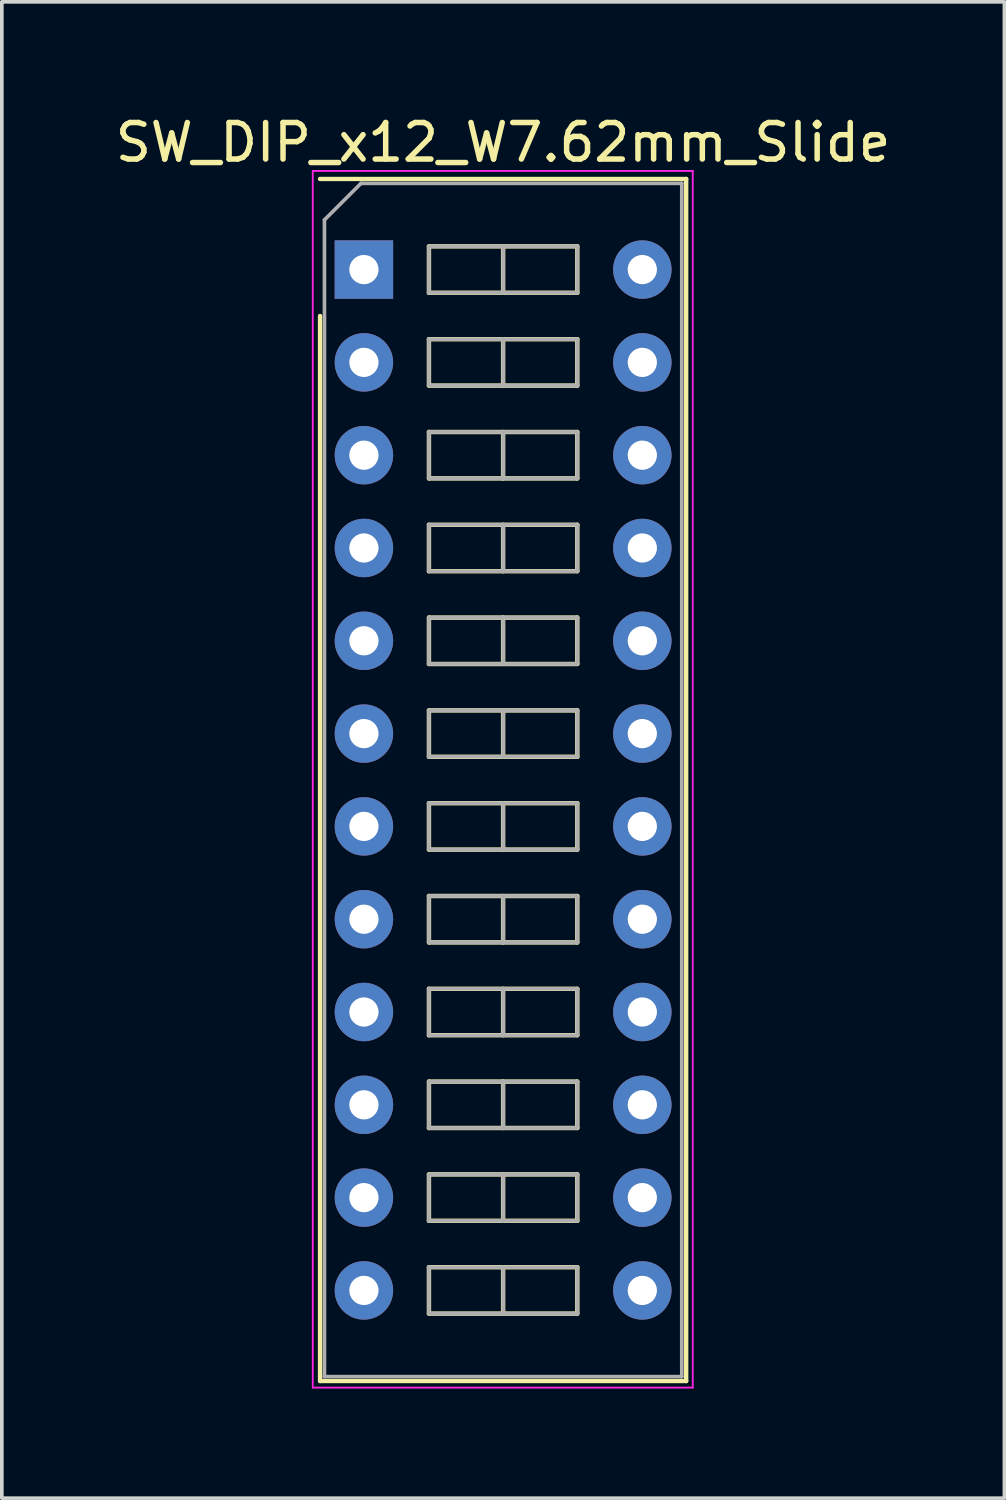
<source format=kicad_pcb>
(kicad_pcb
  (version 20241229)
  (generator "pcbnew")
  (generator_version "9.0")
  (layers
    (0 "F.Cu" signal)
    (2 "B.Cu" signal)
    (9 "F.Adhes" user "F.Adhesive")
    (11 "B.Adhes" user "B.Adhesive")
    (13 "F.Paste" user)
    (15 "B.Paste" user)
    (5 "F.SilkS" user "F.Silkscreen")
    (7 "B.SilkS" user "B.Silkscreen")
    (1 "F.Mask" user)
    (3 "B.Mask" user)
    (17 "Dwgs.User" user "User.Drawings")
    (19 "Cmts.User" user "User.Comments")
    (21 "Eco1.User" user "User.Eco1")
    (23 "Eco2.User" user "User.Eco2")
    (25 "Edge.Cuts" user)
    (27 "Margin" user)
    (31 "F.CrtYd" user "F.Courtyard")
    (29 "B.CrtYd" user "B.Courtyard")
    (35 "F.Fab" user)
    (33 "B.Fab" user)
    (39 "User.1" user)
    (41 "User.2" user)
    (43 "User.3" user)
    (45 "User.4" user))
  (footprint "SW_DIP_x12_W7.62mm_Slide"
    (layer "F.Cu")
    (at 6.91 4.328)
    (property "Reference" "SW_DIP_x12_W7.62mm_Slide" (at 3.81 -3.48 0) (layer "F.SilkS") (effects (font (size 1 1) (thickness 0.15))))
    (attr through_hole)
    (fp_line (start -1.2 -2.48) (end 8.82 -2.48) (stroke (width 0.12) (type solid)) (layer "F.SilkS"))
    (fp_line (start -1.2 30.42) (end -1.2 1.27) (stroke (width 0.12) (type solid)) (layer "F.SilkS"))
    (fp_line (start 1.78 -0.635) (end 1.78 0.635) (stroke (width 0.12) (type solid)) (layer "F.SilkS"))
    (fp_line (start 1.78 0.635) (end 5.84 0.635) (stroke (width 0.12) (type solid)) (layer "F.SilkS"))
    (fp_line (start 1.78 1.905) (end 1.78 3.175) (stroke (width 0.12) (type solid)) (layer "F.SilkS"))
    (fp_line (start 1.78 3.175) (end 5.84 3.175) (stroke (width 0.12) (type solid)) (layer "F.SilkS"))
    (fp_line (start 1.78 4.445) (end 1.78 5.715) (stroke (width 0.12) (type solid)) (layer "F.SilkS"))
    (fp_line (start 1.78 5.715) (end 5.84 5.715) (stroke (width 0.12) (type solid)) (layer "F.SilkS"))
    (fp_line (start 1.78 6.985) (end 1.78 8.255) (stroke (width 0.12) (type solid)) (layer "F.SilkS"))
    (fp_line (start 1.78 8.255) (end 5.84 8.255) (stroke (width 0.12) (type solid)) (layer "F.SilkS"))
    (fp_line (start 1.78 9.525) (end 1.78 10.795) (stroke (width 0.12) (type solid)) (layer "F.SilkS"))
    (fp_line (start 1.78 10.795) (end 5.84 10.795) (stroke (width 0.12) (type solid)) (layer "F.SilkS"))
    (fp_line (start 1.78 12.065) (end 1.78 13.335) (stroke (width 0.12) (type solid)) (layer "F.SilkS"))
    (fp_line (start 1.78 13.335) (end 5.84 13.335) (stroke (width 0.12) (type solid)) (layer "F.SilkS"))
    (fp_line (start 1.78 14.605) (end 1.78 15.875) (stroke (width 0.12) (type solid)) (layer "F.SilkS"))
    (fp_line (start 1.78 15.875) (end 5.84 15.875) (stroke (width 0.12) (type solid)) (layer "F.SilkS"))
    (fp_line (start 1.78 17.145) (end 1.78 18.415) (stroke (width 0.12) (type solid)) (layer "F.SilkS"))
    (fp_line (start 1.78 18.415) (end 5.84 18.415) (stroke (width 0.12) (type solid)) (layer "F.SilkS"))
    (fp_line (start 1.78 19.685) (end 1.78 20.955) (stroke (width 0.12) (type solid)) (layer "F.SilkS"))
    (fp_line (start 1.78 20.955) (end 5.84 20.955) (stroke (width 0.12) (type solid)) (layer "F.SilkS"))
    (fp_line (start 1.78 22.225) (end 1.78 23.495) (stroke (width 0.12) (type solid)) (layer "F.SilkS"))
    (fp_line (start 1.78 23.495) (end 5.84 23.495) (stroke (width 0.12) (type solid)) (layer "F.SilkS"))
    (fp_line (start 1.78 24.765) (end 1.78 26.035) (stroke (width 0.12) (type solid)) (layer "F.SilkS"))
    (fp_line (start 1.78 26.035) (end 5.84 26.035) (stroke (width 0.12) (type solid)) (layer "F.SilkS"))
    (fp_line (start 1.78 27.305) (end 1.78 28.575) (stroke (width 0.12) (type solid)) (layer "F.SilkS"))
    (fp_line (start 1.78 28.575) (end 5.84 28.575) (stroke (width 0.12) (type solid)) (layer "F.SilkS"))
    (fp_line (start 3.81 -0.635) (end 3.81 0.635) (stroke (width 0.12) (type solid)) (layer "F.SilkS"))
    (fp_line (start 3.81 1.905) (end 3.81 3.175) (stroke (width 0.12) (type solid)) (layer "F.SilkS"))
    (fp_line (start 3.81 4.445) (end 3.81 5.715) (stroke (width 0.12) (type solid)) (layer "F.SilkS"))
    (fp_line (start 3.81 6.985) (end 3.81 8.255) (stroke (width 0.12) (type solid)) (layer "F.SilkS"))
    (fp_line (start 3.81 9.525) (end 3.81 10.795) (stroke (width 0.12) (type solid)) (layer "F.SilkS"))
    (fp_line (start 3.81 12.065) (end 3.81 13.335) (stroke (width 0.12) (type solid)) (layer "F.SilkS"))
    (fp_line (start 3.81 14.605) (end 3.81 15.875) (stroke (width 0.12) (type solid)) (layer "F.SilkS"))
    (fp_line (start 3.81 17.145) (end 3.81 18.415) (stroke (width 0.12) (type solid)) (layer "F.SilkS"))
    (fp_line (start 3.81 19.685) (end 3.81 20.955) (stroke (width 0.12) (type solid)) (layer "F.SilkS"))
    (fp_line (start 3.81 22.225) (end 3.81 23.495) (stroke (width 0.12) (type solid)) (layer "F.SilkS"))
    (fp_line (start 3.81 24.765) (end 3.81 26.035) (stroke (width 0.12) (type solid)) (layer "F.SilkS"))
    (fp_line (start 3.81 27.305) (end 3.81 28.575) (stroke (width 0.12) (type solid)) (layer "F.SilkS"))
    (fp_line (start 5.84 -0.635) (end 1.78 -0.635) (stroke (width 0.12) (type solid)) (layer "F.SilkS"))
    (fp_line (start 5.84 0.635) (end 5.84 -0.635) (stroke (width 0.12) (type solid)) (layer "F.SilkS"))
    (fp_line (start 5.84 1.905) (end 1.78 1.905) (stroke (width 0.12) (type solid)) (layer "F.SilkS"))
    (fp_line (start 5.84 3.175) (end 5.84 1.905) (stroke (width 0.12) (type solid)) (layer "F.SilkS"))
    (fp_line (start 5.84 4.445) (end 1.78 4.445) (stroke (width 0.12) (type solid)) (layer "F.SilkS"))
    (fp_line (start 5.84 5.715) (end 5.84 4.445) (stroke (width 0.12) (type solid)) (layer "F.SilkS"))
    (fp_line (start 5.84 6.985) (end 1.78 6.985) (stroke (width 0.12) (type solid)) (layer "F.SilkS"))
    (fp_line (start 5.84 8.255) (end 5.84 6.985) (stroke (width 0.12) (type solid)) (layer "F.SilkS"))
    (fp_line (start 5.84 9.525) (end 1.78 9.525) (stroke (width 0.12) (type solid)) (layer "F.SilkS"))
    (fp_line (start 5.84 10.795) (end 5.84 9.525) (stroke (width 0.12) (type solid)) (layer "F.SilkS"))
    (fp_line (start 5.84 12.065) (end 1.78 12.065) (stroke (width 0.12) (type solid)) (layer "F.SilkS"))
    (fp_line (start 5.84 13.335) (end 5.84 12.065) (stroke (width 0.12) (type solid)) (layer "F.SilkS"))
    (fp_line (start 5.84 14.605) (end 1.78 14.605) (stroke (width 0.12) (type solid)) (layer "F.SilkS"))
    (fp_line (start 5.84 15.875) (end 5.84 14.605) (stroke (width 0.12) (type solid)) (layer "F.SilkS"))
    (fp_line (start 5.84 17.145) (end 1.78 17.145) (stroke (width 0.12) (type solid)) (layer "F.SilkS"))
    (fp_line (start 5.84 18.415) (end 5.84 17.145) (stroke (width 0.12) (type solid)) (layer "F.SilkS"))
    (fp_line (start 5.84 19.685) (end 1.78 19.685) (stroke (width 0.12) (type solid)) (layer "F.SilkS"))
    (fp_line (start 5.84 20.955) (end 5.84 19.685) (stroke (width 0.12) (type solid)) (layer "F.SilkS"))
    (fp_line (start 5.84 22.225) (end 1.78 22.225) (stroke (width 0.12) (type solid)) (layer "F.SilkS"))
    (fp_line (start 5.84 23.495) (end 5.84 22.225) (stroke (width 0.12) (type solid)) (layer "F.SilkS"))
    (fp_line (start 5.84 24.765) (end 1.78 24.765) (stroke (width 0.12) (type solid)) (layer "F.SilkS"))
    (fp_line (start 5.84 26.035) (end 5.84 24.765) (stroke (width 0.12) (type solid)) (layer "F.SilkS"))
    (fp_line (start 5.84 27.305) (end 1.78 27.305) (stroke (width 0.12) (type solid)) (layer "F.SilkS"))
    (fp_line (start 5.84 28.575) (end 5.84 27.305) (stroke (width 0.12) (type solid)) (layer "F.SilkS"))
    (fp_line (start 8.82 -2.48) (end 8.82 30.42) (stroke (width 0.12) (type solid)) (layer "F.SilkS"))
    (fp_line (start 8.82 30.42) (end -1.2 30.42) (stroke (width 0.12) (type solid)) (layer "F.SilkS"))
    (fp_line (start -1.4 -2.7) (end -1.4 30.6) (stroke (width 0.05) (type solid)) (layer "F.CrtYd"))
    (fp_line (start -1.4 30.6) (end 9 30.6) (stroke (width 0.05) (type solid)) (layer "F.CrtYd"))
    (fp_line (start 9 -2.7) (end -1.4 -2.7) (stroke (width 0.05) (type solid)) (layer "F.CrtYd"))
    (fp_line (start 9 30.6) (end 9 -2.7) (stroke (width 0.05) (type solid)) (layer "F.CrtYd"))
    (fp_line (start -1.08 -1.36) (end -0.08 -2.36) (stroke (width 0.1) (type solid)) (layer "F.Fab"))
    (fp_line (start -1.08 30.3) (end -1.08 -1.36) (stroke (width 0.1) (type solid)) (layer "F.Fab"))
    (fp_line (start -0.08 -2.36) (end 8.7 -2.36) (stroke (width 0.1) (type solid)) (layer "F.Fab"))
    (fp_line (start 1.78 -0.635) (end 1.78 0.635) (stroke (width 0.1) (type solid)) (layer "F.Fab"))
    (fp_line (start 1.78 0.635) (end 5.84 0.635) (stroke (width 0.1) (type solid)) (layer "F.Fab"))
    (fp_line (start 1.78 1.905) (end 1.78 3.175) (stroke (width 0.1) (type solid)) (layer "F.Fab"))
    (fp_line (start 1.78 3.175) (end 5.84 3.175) (stroke (width 0.1) (type solid)) (layer "F.Fab"))
    (fp_line (start 1.78 4.445) (end 1.78 5.715) (stroke (width 0.1) (type solid)) (layer "F.Fab"))
    (fp_line (start 1.78 5.715) (end 5.84 5.715) (stroke (width 0.1) (type solid)) (layer "F.Fab"))
    (fp_line (start 1.78 6.985) (end 1.78 8.255) (stroke (width 0.1) (type solid)) (layer "F.Fab"))
    (fp_line (start 1.78 8.255) (end 5.84 8.255) (stroke (width 0.1) (type solid)) (layer "F.Fab"))
    (fp_line (start 1.78 9.525) (end 1.78 10.795) (stroke (width 0.1) (type solid)) (layer "F.Fab"))
    (fp_line (start 1.78 10.795) (end 5.84 10.795) (stroke (width 0.1) (type solid)) (layer "F.Fab"))
    (fp_line (start 1.78 12.065) (end 1.78 13.335) (stroke (width 0.1) (type solid)) (layer "F.Fab"))
    (fp_line (start 1.78 13.335) (end 5.84 13.335) (stroke (width 0.1) (type solid)) (layer "F.Fab"))
    (fp_line (start 1.78 14.605) (end 1.78 15.875) (stroke (width 0.1) (type solid)) (layer "F.Fab"))
    (fp_line (start 1.78 15.875) (end 5.84 15.875) (stroke (width 0.1) (type solid)) (layer "F.Fab"))
    (fp_line (start 1.78 17.145) (end 1.78 18.415) (stroke (width 0.1) (type solid)) (layer "F.Fab"))
    (fp_line (start 1.78 18.415) (end 5.84 18.415) (stroke (width 0.1) (type solid)) (layer "F.Fab"))
    (fp_line (start 1.78 19.685) (end 1.78 20.955) (stroke (width 0.1) (type solid)) (layer "F.Fab"))
    (fp_line (start 1.78 20.955) (end 5.84 20.955) (stroke (width 0.1) (type solid)) (layer "F.Fab"))
    (fp_line (start 1.78 22.225) (end 1.78 23.495) (stroke (width 0.1) (type solid)) (layer "F.Fab"))
    (fp_line (start 1.78 23.495) (end 5.84 23.495) (stroke (width 0.1) (type solid)) (layer "F.Fab"))
    (fp_line (start 1.78 24.765) (end 1.78 26.035) (stroke (width 0.1) (type solid)) (layer "F.Fab"))
    (fp_line (start 1.78 26.035) (end 5.84 26.035) (stroke (width 0.1) (type solid)) (layer "F.Fab"))
    (fp_line (start 1.78 27.305) (end 1.78 28.575) (stroke (width 0.1) (type solid)) (layer "F.Fab"))
    (fp_line (start 1.78 28.575) (end 5.84 28.575) (stroke (width 0.1) (type solid)) (layer "F.Fab"))
    (fp_line (start 3.81 -0.635) (end 3.81 0.635) (stroke (width 0.1) (type solid)) (layer "F.Fab"))
    (fp_line (start 3.81 1.905) (end 3.81 3.175) (stroke (width 0.1) (type solid)) (layer "F.Fab"))
    (fp_line (start 3.81 4.445) (end 3.81 5.715) (stroke (width 0.1) (type solid)) (layer "F.Fab"))
    (fp_line (start 3.81 6.985) (end 3.81 8.255) (stroke (width 0.1) (type solid)) (layer "F.Fab"))
    (fp_line (start 3.81 9.525) (end 3.81 10.795) (stroke (width 0.1) (type solid)) (layer "F.Fab"))
    (fp_line (start 3.81 12.065) (end 3.81 13.335) (stroke (width 0.1) (type solid)) (layer "F.Fab"))
    (fp_line (start 3.81 14.605) (end 3.81 15.875) (stroke (width 0.1) (type solid)) (layer "F.Fab"))
    (fp_line (start 3.81 17.145) (end 3.81 18.415) (stroke (width 0.1) (type solid)) (layer "F.Fab"))
    (fp_line (start 3.81 19.685) (end 3.81 20.955) (stroke (width 0.1) (type solid)) (layer "F.Fab"))
    (fp_line (start 3.81 22.225) (end 3.81 23.495) (stroke (width 0.1) (type solid)) (layer "F.Fab"))
    (fp_line (start 3.81 24.765) (end 3.81 26.035) (stroke (width 0.1) (type solid)) (layer "F.Fab"))
    (fp_line (start 3.81 27.305) (end 3.81 28.575) (stroke (width 0.1) (type solid)) (layer "F.Fab"))
    (fp_line (start 5.84 -0.635) (end 1.78 -0.635) (stroke (width 0.1) (type solid)) (layer "F.Fab"))
    (fp_line (start 5.84 0.635) (end 5.84 -0.635) (stroke (width 0.1) (type solid)) (layer "F.Fab"))
    (fp_line (start 5.84 1.905) (end 1.78 1.905) (stroke (width 0.1) (type solid)) (layer "F.Fab"))
    (fp_line (start 5.84 3.175) (end 5.84 1.905) (stroke (width 0.1) (type solid)) (layer "F.Fab"))
    (fp_line (start 5.84 4.445) (end 1.78 4.445) (stroke (width 0.1) (type solid)) (layer "F.Fab"))
    (fp_line (start 5.84 5.715) (end 5.84 4.445) (stroke (width 0.1) (type solid)) (layer "F.Fab"))
    (fp_line (start 5.84 6.985) (end 1.78 6.985) (stroke (width 0.1) (type solid)) (layer "F.Fab"))
    (fp_line (start 5.84 8.255) (end 5.84 6.985) (stroke (width 0.1) (type solid)) (layer "F.Fab"))
    (fp_line (start 5.84 9.525) (end 1.78 9.525) (stroke (width 0.1) (type solid)) (layer "F.Fab"))
    (fp_line (start 5.84 10.795) (end 5.84 9.525) (stroke (width 0.1) (type solid)) (layer "F.Fab"))
    (fp_line (start 5.84 12.065) (end 1.78 12.065) (stroke (width 0.1) (type solid)) (layer "F.Fab"))
    (fp_line (start 5.84 13.335) (end 5.84 12.065) (stroke (width 0.1) (type solid)) (layer "F.Fab"))
    (fp_line (start 5.84 14.605) (end 1.78 14.605) (stroke (width 0.1) (type solid)) (layer "F.Fab"))
    (fp_line (start 5.84 15.875) (end 5.84 14.605) (stroke (width 0.1) (type solid)) (layer "F.Fab"))
    (fp_line (start 5.84 17.145) (end 1.78 17.145) (stroke (width 0.1) (type solid)) (layer "F.Fab"))
    (fp_line (start 5.84 18.415) (end 5.84 17.145) (stroke (width 0.1) (type solid)) (layer "F.Fab"))
    (fp_line (start 5.84 19.685) (end 1.78 19.685) (stroke (width 0.1) (type solid)) (layer "F.Fab"))
    (fp_line (start 5.84 20.955) (end 5.84 19.685) (stroke (width 0.1) (type solid)) (layer "F.Fab"))
    (fp_line (start 5.84 22.225) (end 1.78 22.225) (stroke (width 0.1) (type solid)) (layer "F.Fab"))
    (fp_line (start 5.84 23.495) (end 5.84 22.225) (stroke (width 0.1) (type solid)) (layer "F.Fab"))
    (fp_line (start 5.84 24.765) (end 1.78 24.765) (stroke (width 0.1) (type solid)) (layer "F.Fab"))
    (fp_line (start 5.84 26.035) (end 5.84 24.765) (stroke (width 0.1) (type solid)) (layer "F.Fab"))
    (fp_line (start 5.84 27.305) (end 1.78 27.305) (stroke (width 0.1) (type solid)) (layer "F.Fab"))
    (fp_line (start 5.84 28.575) (end 5.84 27.305) (stroke (width 0.1) (type solid)) (layer "F.Fab"))
    (fp_line (start 8.7 -2.36) (end 8.7 30.3) (stroke (width 0.1) (type solid)) (layer "F.Fab"))
    (fp_line (start 8.7 30.3) (end -1.08 30.3) (stroke (width 0.1) (type solid)) (layer "F.Fab"))
    (pad "1" thru_hole rect (at 0 0) (size 1.6 1.6) (drill 0.8) (layers "*.Cu" "*.Mask"))
    (pad "2" thru_hole oval (at 0 2.54) (size 1.6 1.6) (drill 0.8) (layers "*.Cu" "*.Mask"))
    (pad "3" thru_hole oval (at 0 5.08) (size 1.6 1.6) (drill 0.8) (layers "*.Cu" "*.Mask"))
    (pad "4" thru_hole oval (at 0 7.62) (size 1.6 1.6) (drill 0.8) (layers "*.Cu" "*.Mask"))
    (pad "5" thru_hole oval (at 0 10.16) (size 1.6 1.6) (drill 0.8) (layers "*.Cu" "*.Mask"))
    (pad "6" thru_hole oval (at 0 12.7) (size 1.6 1.6) (drill 0.8) (layers "*.Cu" "*.Mask"))
    (pad "7" thru_hole oval (at 0 15.24) (size 1.6 1.6) (drill 0.8) (layers "*.Cu" "*.Mask"))
    (pad "8" thru_hole oval (at 0 17.78) (size 1.6 1.6) (drill 0.8) (layers "*.Cu" "*.Mask"))
    (pad "9" thru_hole oval (at 0 20.32) (size 1.6 1.6) (drill 0.8) (layers "*.Cu" "*.Mask"))
    (pad "10" thru_hole oval (at 0 22.86) (size 1.6 1.6) (drill 0.8) (layers "*.Cu" "*.Mask"))
    (pad "11" thru_hole oval (at 0 25.4) (size 1.6 1.6) (drill 0.8) (layers "*.Cu" "*.Mask"))
    (pad "12" thru_hole oval (at 0 27.94) (size 1.6 1.6) (drill 0.8) (layers "*.Cu" "*.Mask"))
    (pad "13" thru_hole oval (at 7.62 27.94) (size 1.6 1.6) (drill 0.8) (layers "*.Cu" "*.Mask"))
    (pad "14" thru_hole oval (at 7.62 25.4) (size 1.6 1.6) (drill 0.8) (layers "*.Cu" "*.Mask"))
    (pad "15" thru_hole oval (at 7.62 22.86) (size 1.6 1.6) (drill 0.8) (layers "*.Cu" "*.Mask"))
    (pad "16" thru_hole oval (at 7.62 20.32) (size 1.6 1.6) (drill 0.8) (layers "*.Cu" "*.Mask"))
    (pad "17" thru_hole oval (at 7.62 17.78) (size 1.6 1.6) (drill 0.8) (layers "*.Cu" "*.Mask"))
    (pad "18" thru_hole oval (at 7.62 15.24) (size 1.6 1.6) (drill 0.8) (layers "*.Cu" "*.Mask"))
    (pad "19" thru_hole oval (at 7.62 12.7) (size 1.6 1.6) (drill 0.8) (layers "*.Cu" "*.Mask"))
    (pad "20" thru_hole oval (at 7.62 10.16) (size 1.6 1.6) (drill 0.8) (layers "*.Cu" "*.Mask"))
    (pad "21" thru_hole oval (at 7.62 7.62) (size 1.6 1.6) (drill 0.8) (layers "*.Cu" "*.Mask"))
    (pad "22" thru_hole oval (at 7.62 5.08) (size 1.6 1.6) (drill 0.8) (layers "*.Cu" "*.Mask"))
    (pad "23" thru_hole oval (at 7.62 2.54) (size 1.6 1.6) (drill 0.8) (layers "*.Cu" "*.Mask"))
    (pad "24" thru_hole oval (at 7.62 0) (size 1.6 1.6) (drill 0.8) (layers "*.Cu" "*.Mask")))
  (gr_rect
    (start -3 -3)
    (end 24.44 37.953)
    (stroke (width 0.1) (type default))
    (fill no)
    (layer "Edge.Cuts")))
</source>
